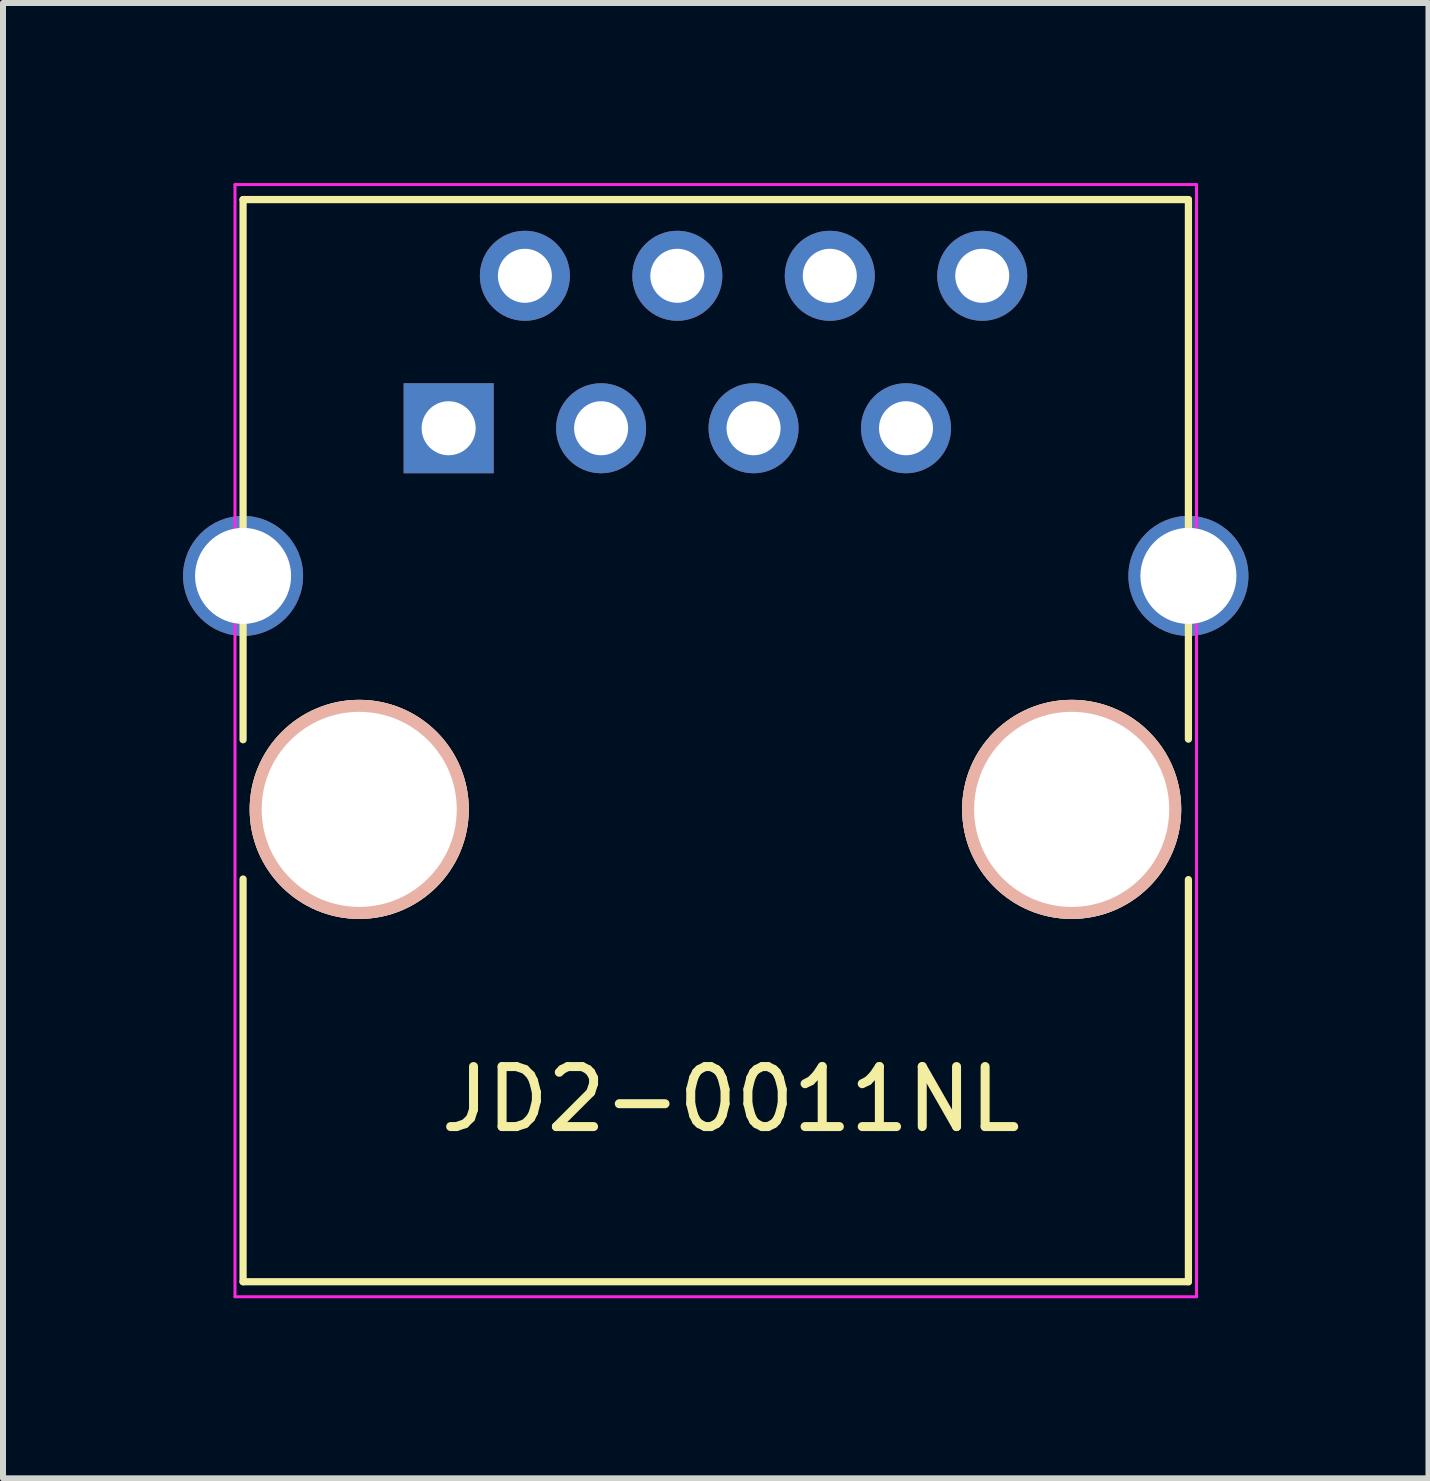
<source format=kicad_pcb>
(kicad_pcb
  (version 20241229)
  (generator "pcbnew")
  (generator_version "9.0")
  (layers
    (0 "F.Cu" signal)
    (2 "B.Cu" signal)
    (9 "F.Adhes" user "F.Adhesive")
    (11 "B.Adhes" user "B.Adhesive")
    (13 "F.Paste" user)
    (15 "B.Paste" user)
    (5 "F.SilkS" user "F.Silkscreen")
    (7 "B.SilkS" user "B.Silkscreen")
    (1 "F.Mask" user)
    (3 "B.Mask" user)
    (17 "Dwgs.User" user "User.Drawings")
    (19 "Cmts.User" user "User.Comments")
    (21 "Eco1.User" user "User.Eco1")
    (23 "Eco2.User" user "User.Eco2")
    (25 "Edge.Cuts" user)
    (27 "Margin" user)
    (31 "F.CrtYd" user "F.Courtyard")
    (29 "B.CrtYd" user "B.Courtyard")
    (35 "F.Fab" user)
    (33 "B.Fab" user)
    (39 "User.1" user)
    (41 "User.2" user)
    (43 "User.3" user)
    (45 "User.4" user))
  (footprint "JD2-0011NL"
    (layer "F.Cu")
    (at 4.425 4.085)
    (property "Reference" "JD2-0011NL" (at 4.7 11.18 0) (layer "F.SilkS") (effects (font (size 1 1) (thickness 0.15))))
    (attr through_hole)
    (fp_line (start -3.425 -3.81) (end -3.425 5.19) (stroke (width 0.12) (type solid)) (layer "F.SilkS"))
    (fp_line (start -3.425 7.51) (end -3.425 14.22) (stroke (width 0.12) (type solid)) (layer "F.SilkS"))
    (fp_line (start -3.425 14.22) (end 12.325 14.22) (stroke (width 0.12) (type solid)) (layer "F.SilkS"))
    (fp_line (start 12.325 -3.81) (end -3.425 -3.81) (stroke (width 0.12) (type solid)) (layer "F.SilkS"))
    (fp_line (start 12.325 -3.81) (end 12.325 5.18) (stroke (width 0.12) (type solid)) (layer "F.SilkS"))
    (fp_line (start 12.325 7.52) (end 12.325 14.22) (stroke (width 0.12) (type solid)) (layer "F.SilkS"))
    (fp_line (start -3.56 -4.06) (end -3.56 14.47) (stroke (width 0.05) (type solid)) (layer "F.CrtYd"))
    (fp_line (start -3.56 -4.06) (end 12.46 -4.06) (stroke (width 0.05) (type solid)) (layer "F.CrtYd"))
    (fp_line (start 12.46 14.47) (end -3.56 14.47) (stroke (width 0.05) (type solid)) (layer "F.CrtYd"))
    (fp_line (start 12.46 14.47) (end 12.46 -4.06) (stroke (width 0.05) (type solid)) (layer "F.CrtYd"))
    (pad "" np_thru_hole circle (at -1.49 6.35) (size 3.65 3.65) (drill 3.25) (layers "*.Cu" "*.SilkS" "*.Mask"))
    (pad "" np_thru_hole circle (at 10.38 6.35) (size 3.65 3.65) (drill 3.25) (layers "*.Cu" "*.SilkS" "*.Mask"))
    (pad "1" thru_hole rect (at 0 0) (size 1.5 1.5) (drill 0.9) (layers "*.Cu" "*.Mask"))
    (pad "2" thru_hole circle (at 1.27 -2.54) (size 1.5 1.5) (drill 0.9) (layers "*.Cu" "*.Mask"))
    (pad "3" thru_hole circle (at 2.54 0) (size 1.5 1.5) (drill 0.9) (layers "*.Cu" "*.Mask"))
    (pad "4" thru_hole circle (at 3.81 -2.54) (size 1.5 1.5) (drill 0.9) (layers "*.Cu" "*.Mask"))
    (pad "5" thru_hole circle (at 5.08 0) (size 1.5 1.5) (drill 0.9) (layers "*.Cu" "*.Mask"))
    (pad "6" thru_hole circle (at 6.35 -2.54) (size 1.5 1.5) (drill 0.9) (layers "*.Cu" "*.Mask"))
    (pad "7" thru_hole circle (at 7.62 0) (size 1.5 1.5) (drill 0.9) (layers "*.Cu" "*.Mask"))
    (pad "8" thru_hole circle (at 8.89 -2.54) (size 1.5 1.5) (drill 0.9) (layers "*.Cu" "*.Mask"))
    (pad "9" thru_hole circle (at -3.425 2.46) (size 2 2) (drill 1.6) (layers "*.Cu" "*.Mask"))
    (pad "9" thru_hole circle (at 12.325 2.46) (size 2 2) (drill 1.6) (layers "*.Cu" "*.Mask")))
  (gr_rect
    (start -3 -3)
    (end 20.75 21.58)
    (stroke (width 0.1) (type default))
    (fill no)
    (layer "Edge.Cuts")))
</source>
